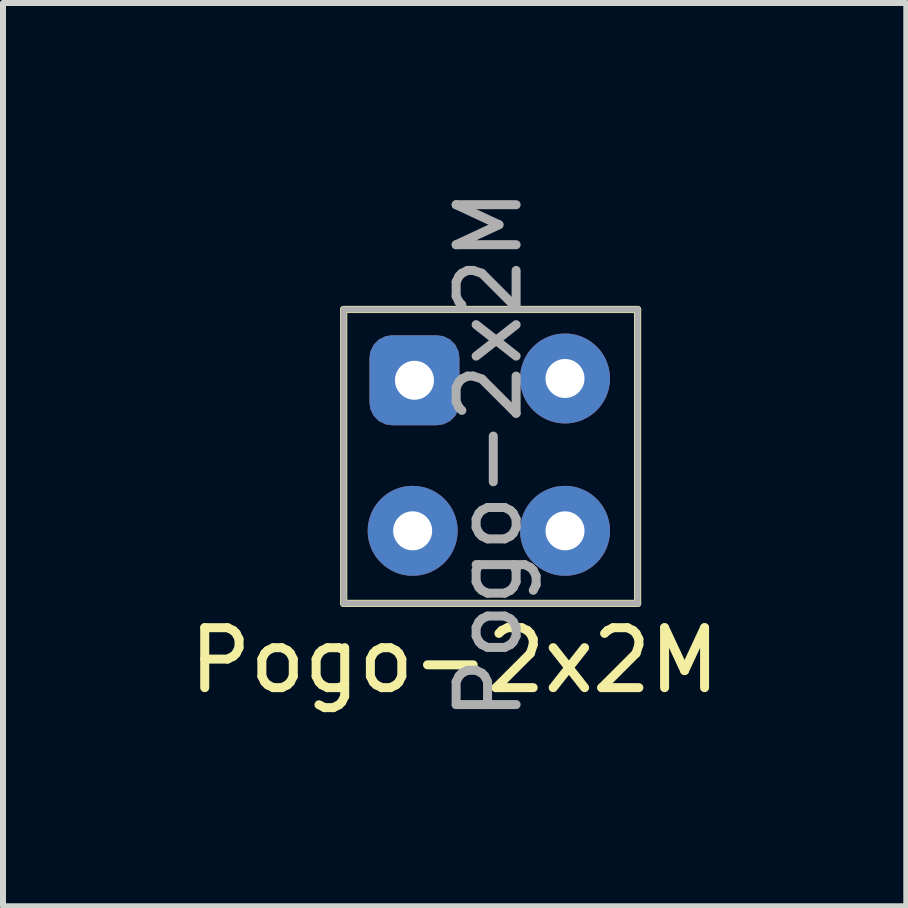
<source format=kicad_pcb>
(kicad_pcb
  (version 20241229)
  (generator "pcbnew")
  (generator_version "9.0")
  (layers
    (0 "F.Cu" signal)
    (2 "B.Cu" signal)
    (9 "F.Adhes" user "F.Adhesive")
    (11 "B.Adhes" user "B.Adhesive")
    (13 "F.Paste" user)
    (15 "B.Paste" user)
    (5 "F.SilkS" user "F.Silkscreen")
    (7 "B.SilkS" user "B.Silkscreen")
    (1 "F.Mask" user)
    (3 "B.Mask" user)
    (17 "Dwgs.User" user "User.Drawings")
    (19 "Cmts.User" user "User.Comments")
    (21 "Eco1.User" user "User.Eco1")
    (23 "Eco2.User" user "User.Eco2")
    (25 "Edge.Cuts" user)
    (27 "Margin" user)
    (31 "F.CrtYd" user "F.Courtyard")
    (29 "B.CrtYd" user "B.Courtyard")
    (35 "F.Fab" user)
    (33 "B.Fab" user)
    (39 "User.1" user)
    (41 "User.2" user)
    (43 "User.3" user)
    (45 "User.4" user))
  (footprint "Pogo-2x2M"
    (layer "F.Cu")
    (at 5.13 4.56)
    (property "Reference" "Pogo-2x2M" (at -0.6 3.4 0) (layer "F.SilkS") (effects (font (size 1 1) (thickness 0.15))))
    (attr through_hole)
    (fp_line (start -2.45 -2.45) (end -2.45 2.45) (stroke (width 0.12) (type solid)) (layer "F.SilkS"))
    (fp_line (start -2.45 -2.45) (end 2.45 -2.45) (stroke (width 0.12) (type solid)) (layer "F.SilkS"))
    (fp_line (start -2.45 2.45) (end 2.45 2.45) (stroke (width 0.12) (type solid)) (layer "F.SilkS"))
    (fp_line (start 2.45 -2.45) (end 2.45 2.45) (stroke (width 0.12) (type solid)) (layer "F.SilkS"))
    (fp_line (start -2.45 -2.45) (end -2.45 2.45) (stroke (width 0.1) (type solid)) (layer "F.Fab"))
    (fp_line (start 2.45 -2.45) (end -2.45 -2.45) (stroke (width 0.1) (type solid)) (layer "F.Fab"))
    (fp_line (start 2.45 -2.45) (end 2.45 2.45) (stroke (width 0.1) (type solid)) (layer "F.Fab"))
    (fp_line (start 2.45 2.45) (end -2.45 2.45) (stroke (width 0.1) (type solid)) (layer "F.Fab"))
    (fp_text user "${REFERENCE}" (at -0.03 -0.03 90) (layer "F.Fab") (effects (font (size 1 1) (thickness 0.15))))
    (pad "1" thru_hole roundrect (at -1.27 -1.27) (size 1.5 1.5) (drill 0.65) (layers "*.Cu" "*.Mask") (roundrect_rratio 0.25))
    (pad "2" thru_hole circle (at 1.24 -1.3) (size 1.5 1.5) (drill 0.65) (layers "*.Cu" "*.Mask"))
    (pad "3" thru_hole circle (at -1.3 1.24) (size 1.5 1.5) (drill 0.65) (layers "*.Cu" "*.Mask"))
    (pad "4" thru_hole circle (at 1.24 1.24) (size 1.5 1.5) (drill 0.65) (layers "*.Cu" "*.Mask")))
  (gr_rect
    (start -3 -3)
    (end 12.06 12.06)
    (stroke (width 0.1) (type default))
    (fill no)
    (layer "Edge.Cuts")))
</source>
